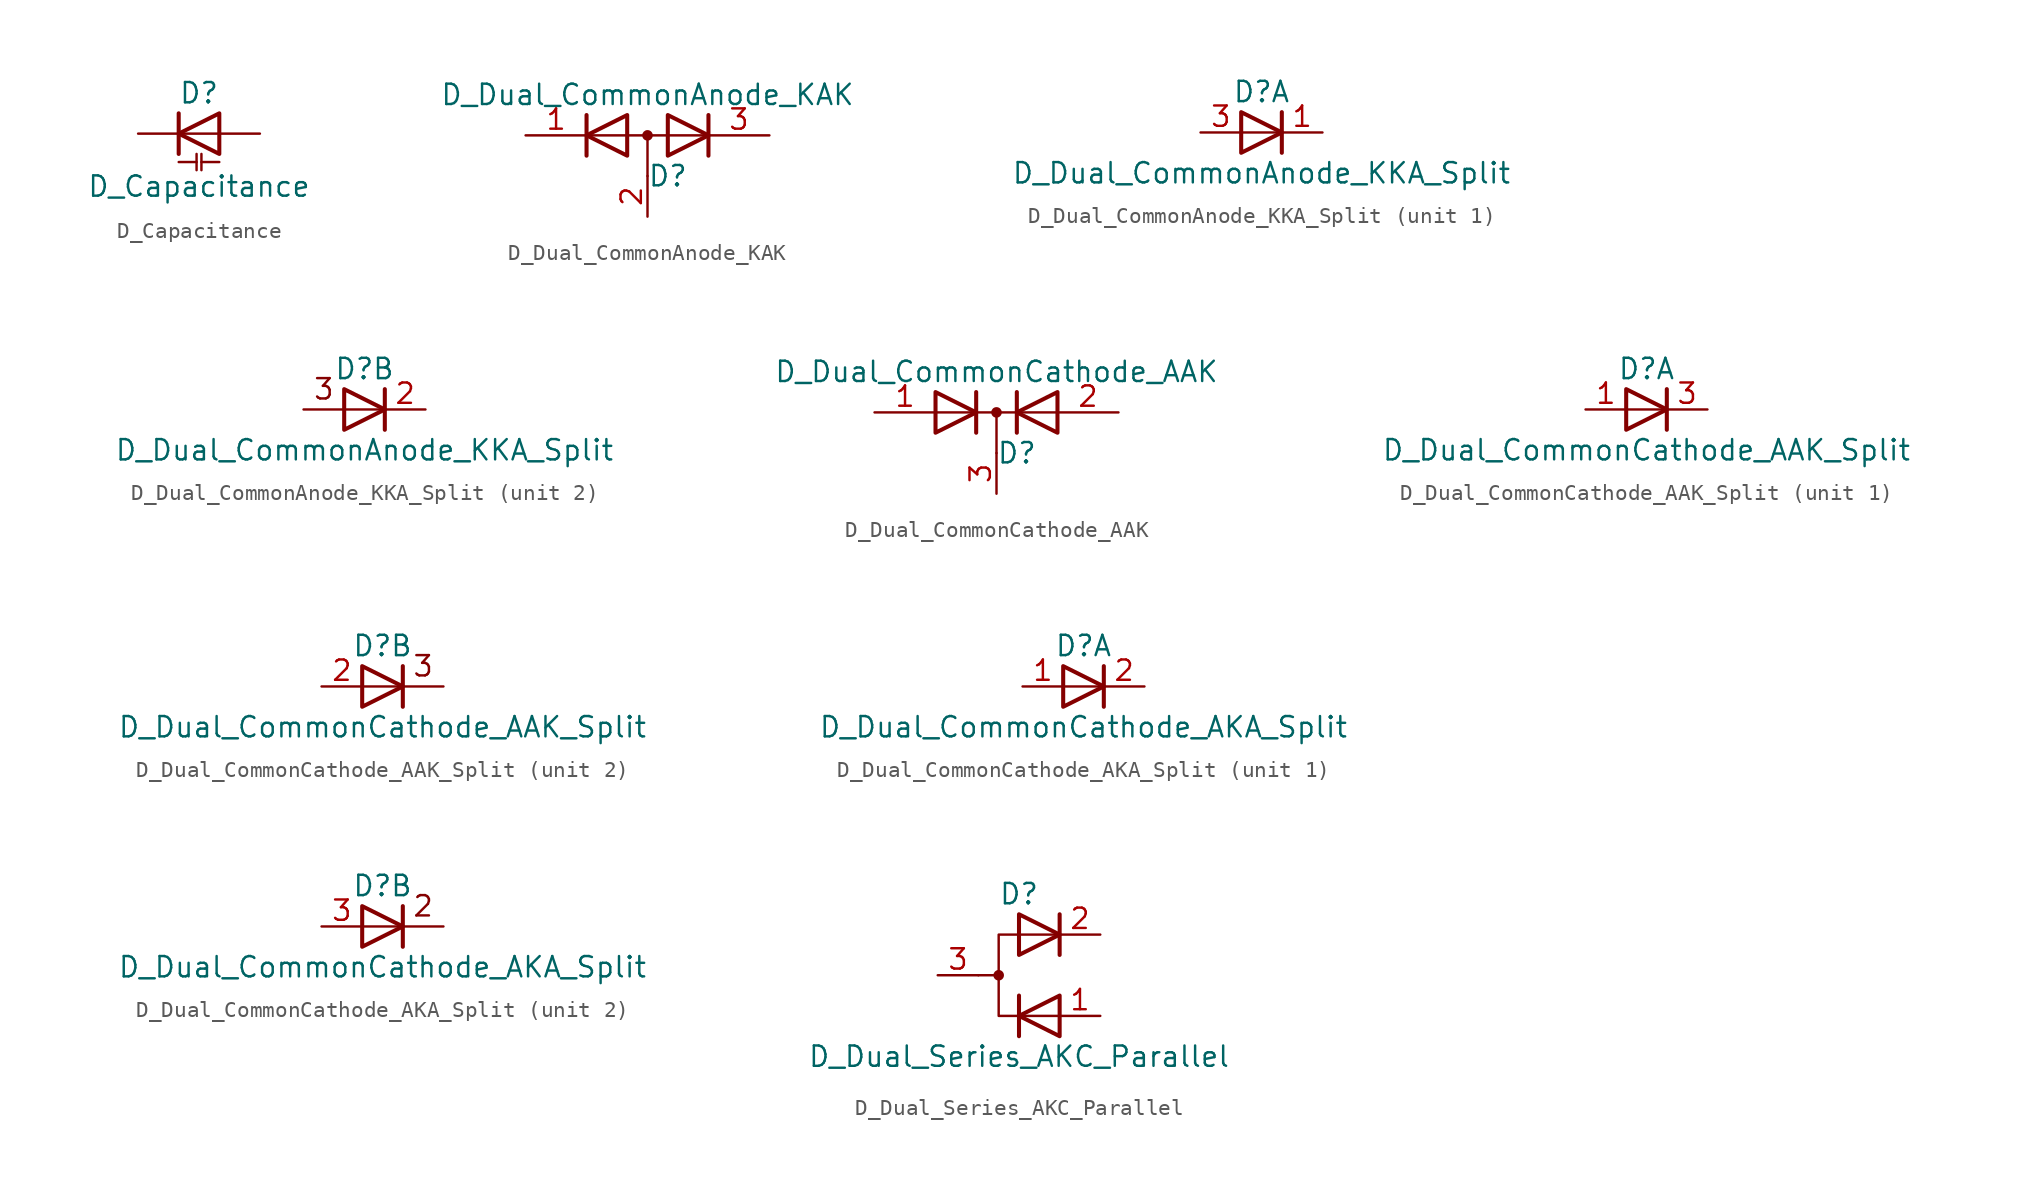
<source format=kicad_sym>
(kicad_symbol_lib
  (version 20211014)
  (generator kicad_symbol_editor)
  (symbol "D_Capacitance"
    (pin_numbers hide)
    (pin_names
      (offset 1.016) hide)
    (property "Reference" "D"
      (at 0 2.54 0)
      (effects (font (size 1.27 1.27))))
    (property "Value" "D_Capacitance"
      (at 0 -3.302 0)
      (effects (font (size 1.27 1.27))))
    (symbol "D_Capacitance_0_1"
      (polyline (pts (xy -1.27 -1.778) (xy -0.152 -1.778)) (stroke (width 0) (type default) (color 0 0 0 0)) (fill (type none)))
      (polyline (pts (xy -1.27 0) (xy 1.27 0)) (stroke (width 0) (type default) (color 0 0 0 0)) (fill (type none)))
      (polyline (pts (xy -1.27 1.27) (xy -1.27 -1.27)) (stroke (width 0.254) (type default) (color 0 0 0 0)) (fill (type none)))
      (polyline (pts (xy -0.152 -1.27) (xy -0.152 -2.286)) (stroke (width 0) (type default) (color 0 0 0 0)) (fill (type none)))
      (polyline (pts (xy 0.152 -1.778) (xy 1.27 -1.778)) (stroke (width 0) (type default) (color 0 0 0 0)) (fill (type none)))
      (polyline (pts (xy 0.152 -1.27) (xy 0.152 -2.286)) (stroke (width 0) (type default) (color 0 0 0 0)) (fill (type none)))
      (polyline (pts (xy 1.27 1.27) (xy 1.27 -1.27) (xy -1.27 0) (xy 1.27 1.27)) (stroke (width 0.254) (type default) (color 0 0 0 0)) (fill (type none))))
    (symbol "D_Capacitance_1_1"
      (pin passive line (at -3.81 0 0) (length 2.54) (name "K" (effects (font (size 1.27 1.27)))) (number "1" (effects (font (size 1.27 1.27)))))
      (pin passive line (at 3.81 0 180) (length 2.54) (name "A" (effects (font (size 1.27 1.27)))) (number "2" (effects (font (size 1.27 1.27)))))))
  (symbol "D_Dual_CommonAnode_KAK"
    (pin_names
      (offset 0.762) hide)
    (property "Reference" "D"
      (at 1.27 -2.54 0)
      (effects (font (size 1.27 1.27))))
    (property "Value" "D_Dual_CommonAnode_KAK"
      (at 0 2.54 0)
      (effects (font (size 1.27 1.27))))
    (symbol "D_Dual_CommonAnode_KAK_0_1"
      (polyline (pts (xy 0 0) (xy 0 -2.54)) (stroke (width 0) (type default) (color 0 0 0 0)) (fill (type none)))
      (polyline (pts (xy 3.81 0) (xy -3.81 0)) (stroke (width 0) (type default) (color 0 0 0 0)) (fill (type none)))
      (polyline (pts (xy -3.81 1.27) (xy -3.81 -1.27) (xy -3.81 -1.27)) (stroke (width 0.254) (type default) (color 0 0 0 0)) (fill (type none)))
      (polyline (pts (xy 3.81 1.27) (xy 3.81 -1.27) (xy 3.81 -1.27)) (stroke (width 0.254) (type default) (color 0 0 0 0)) (fill (type none)))
      (polyline (pts (xy -1.27 -1.27) (xy -3.81 0) (xy -1.27 1.27) (xy -1.27 -1.27) (xy -1.27 -1.27) (xy -1.27 -1.27)) (stroke (width 0.254) (type default) (color 0 0 0 0)) (fill (type none)))
      (polyline (pts (xy 1.27 1.27) (xy 3.81 0) (xy 1.27 -1.27) (xy 1.27 1.27) (xy 1.27 1.27) (xy 1.27 1.27)) (stroke (width 0.254) (type default) (color 0 0 0 0)) (fill (type none)))
      (circle (center 0 0) (radius 0.254) (stroke (width 0) (type default) (color 0 0 0 0)) (fill (type outline)))
      (pin passive line (at -7.62 0 0) (length 3.81) (name "K" (effects (font (size 1.27 1.27)))) (number "1" (effects (font (size 1.27 1.27)))))
      (pin passive line (at 0 -5.08 90) (length 2.54) (name "A" (effects (font (size 1.27 1.27)))) (number "2" (effects (font (size 1.27 1.27)))))
      (pin passive line (at 7.62 0 180) (length 3.81) (name "K" (effects (font (size 1.27 1.27)))) (number "3" (effects (font (size 1.27 1.27)))))))
  (symbol "D_Dual_CommonAnode_KKA_Split"
    (pin_names
      (offset 0.762) hide)
    (property "Reference" "D"
      (at 0 2.54 0)
      (effects (font (size 1.27 1.27))))
    (property "Value" "D_Dual_CommonAnode_KKA_Split"
      (at 0 -2.54 0)
      (effects (font (size 1.27 1.27))))
    (property "ki_locked" ""
      (at 0 0 0)
      (effects (font (size 1.27 1.27))))
    (symbol "D_Dual_CommonAnode_KKA_Split_0_0"
      (polyline (pts (xy 1.27 1.27) (xy 1.27 -1.27)) (stroke (width 0.254) (type default) (color 0 0 0 0)) (fill (type none))))
    (symbol "D_Dual_CommonAnode_KKA_Split_0_1"
      (polyline (pts (xy -1.27 1.27) (xy 1.27 0) (xy -1.27 -1.27) (xy -1.27 1.27) (xy -1.27 1.27) (xy -1.27 1.27)) (stroke (width 0.254) (type default) (color 0 0 0 0)) (fill (type none))))
    (symbol "D_Dual_CommonAnode_KKA_Split_1_1"
      (polyline (pts (xy 1.27 0) (xy -1.27 0)) (stroke (width 0) (type default) (color 0 0 0 0)) (fill (type none)))
      (pin passive line (at 3.81 0 180) (length 2.54) (name "K" (effects (font (size 1.27 1.27)))) (number "1" (effects (font (size 1.27 1.27)))))
      (pin passive line (at -3.81 0 0) (length 2.54) (name "A" (effects (font (size 1.27 1.27)))) (number "3" (effects (font (size 1.27 1.27))))))
    (symbol "D_Dual_CommonAnode_KKA_Split_2_0"
      (polyline (pts (xy 1.27 0) (xy -3.81 0)) (stroke (width 0) (type default) (color 0 0 0 0)) (fill (type none)))
      (text "3" (at -2.54 1.27 0) (effects (font (size 1.27 1.27)))))
    (symbol "D_Dual_CommonAnode_KKA_Split_2_1"
      (pin passive line (at 3.81 0 180) (length 2.54) (name "K" (effects (font (size 1.27 1.27)))) (number "2" (effects (font (size 1.27 1.27)))))))
  (symbol "D_Dual_CommonCathode_AAK"
    (pin_names
      (offset 0.762) hide)
    (property "Reference" "D"
      (at 1.27 -2.54 0)
      (effects (font (size 1.27 1.27))))
    (property "Value" "D_Dual_CommonCathode_AAK"
      (at 0 2.54 0)
      (effects (font (size 1.27 1.27))))
    (symbol "D_Dual_CommonCathode_AAK_0_1"
      (polyline (pts (xy -3.81 0) (xy 3.81 0)) (stroke (width 0) (type default) (color 0 0 0 0)) (fill (type none)))
      (polyline (pts (xy 0 0) (xy 0 -2.54)) (stroke (width 0) (type default) (color 0 0 0 0)) (fill (type none)))
      (polyline (pts (xy -1.27 -1.27) (xy -1.27 1.27) (xy -1.27 1.27)) (stroke (width 0.254) (type default) (color 0 0 0 0)) (fill (type none)))
      (polyline (pts (xy 1.27 -1.27) (xy 1.27 1.27) (xy 1.27 1.27)) (stroke (width 0.254) (type default) (color 0 0 0 0)) (fill (type none)))
      (polyline (pts (xy -3.81 1.27) (xy -1.27 0) (xy -3.81 -1.27) (xy -3.81 1.27) (xy -3.81 1.27) (xy -3.81 1.27)) (stroke (width 0.254) (type default) (color 0 0 0 0)) (fill (type none)))
      (polyline (pts (xy 3.81 -1.27) (xy 1.27 0) (xy 3.81 1.27) (xy 3.81 -1.27) (xy 3.81 -1.27) (xy 3.81 -1.27)) (stroke (width 0.254) (type default) (color 0 0 0 0)) (fill (type none)))
      (circle (center 0 0) (radius 0.254) (stroke (width 0) (type default) (color 0 0 0 0)) (fill (type outline)))
      (pin passive line (at -7.62 0 0) (length 3.81) (name "A" (effects (font (size 1.27 1.27)))) (number "1" (effects (font (size 1.27 1.27)))))
      (pin passive line (at 7.62 0 180) (length 3.81) (name "A" (effects (font (size 1.27 1.27)))) (number "2" (effects (font (size 1.27 1.27)))))
      (pin passive line (at 0 -5.08 90) (length 2.54) (name "K" (effects (font (size 1.27 1.27)))) (number "3" (effects (font (size 1.27 1.27)))))))
  (symbol "D_Dual_CommonCathode_AAK_Split"
    (pin_names
      (offset 0.762) hide)
    (property "Reference" "D"
      (at 0 2.54 0)
      (effects (font (size 1.27 1.27))))
    (property "Value" "D_Dual_CommonCathode_AAK_Split"
      (at 0 -2.54 0)
      (effects (font (size 1.27 1.27))))
    (property "ki_locked" ""
      (at 0 0 0)
      (effects (font (size 1.27 1.27))))
    (symbol "D_Dual_CommonCathode_AAK_Split_0_0"
      (polyline (pts (xy 1.27 1.27) (xy 1.27 -1.27)) (stroke (width 0.254) (type default) (color 0 0 0 0)) (fill (type none))))
    (symbol "D_Dual_CommonCathode_AAK_Split_0_1"
      (polyline (pts (xy -1.27 1.27) (xy 1.27 0) (xy -1.27 -1.27) (xy -1.27 1.27) (xy -1.27 1.27) (xy -1.27 1.27)) (stroke (width 0.254) (type default) (color 0 0 0 0)) (fill (type none))))
    (symbol "D_Dual_CommonCathode_AAK_Split_1_1"
      (polyline (pts (xy 1.27 0) (xy -1.27 0)) (stroke (width 0) (type default) (color 0 0 0 0)) (fill (type none)))
      (pin passive line (at -3.81 0 0) (length 2.54) (name "A" (effects (font (size 1.27 1.27)))) (number "1" (effects (font (size 1.27 1.27)))))
      (pin passive line (at 3.81 0 180) (length 2.54) (name "K" (effects (font (size 1.27 1.27)))) (number "3" (effects (font (size 1.27 1.27))))))
    (symbol "D_Dual_CommonCathode_AAK_Split_2_0"
      (polyline (pts (xy 3.81 0) (xy -1.27 0)) (stroke (width 0) (type default) (color 0 0 0 0)) (fill (type none)))
      (text "3" (at 2.54 1.27 0) (effects (font (size 1.27 1.27)))))
    (symbol "D_Dual_CommonCathode_AAK_Split_2_1"
      (pin passive line (at -3.81 0 0) (length 2.54) (name "K" (effects (font (size 1.27 1.27)))) (number "2" (effects (font (size 1.27 1.27)))))))
  (symbol "D_Dual_CommonCathode_AKA_Split"
    (pin_names
      (offset 0.762) hide)
    (property "Reference" "D"
      (at 0 2.54 0)
      (effects (font (size 1.27 1.27))))
    (property "Value" "D_Dual_CommonCathode_AKA_Split"
      (at 0 -2.54 0)
      (effects (font (size 1.27 1.27))))
    (property "ki_locked" ""
      (at 0 0 0)
      (effects (font (size 1.27 1.27))))
    (symbol "D_Dual_CommonCathode_AKA_Split_0_0"
      (polyline (pts (xy 1.27 1.27) (xy 1.27 -1.27)) (stroke (width 0.254) (type default) (color 0 0 0 0)) (fill (type none))))
    (symbol "D_Dual_CommonCathode_AKA_Split_0_1"
      (polyline (pts (xy -1.27 1.27) (xy 1.27 0) (xy -1.27 -1.27) (xy -1.27 1.27) (xy -1.27 1.27) (xy -1.27 1.27)) (stroke (width 0.254) (type default) (color 0 0 0 0)) (fill (type none))))
    (symbol "D_Dual_CommonCathode_AKA_Split_1_1"
      (polyline (pts (xy 1.27 0) (xy -1.27 0)) (stroke (width 0) (type default) (color 0 0 0 0)) (fill (type none)))
      (pin passive line (at -3.81 0 0) (length 2.54) (name "A" (effects (font (size 1.27 1.27)))) (number "1" (effects (font (size 1.27 1.27)))))
      (pin passive line (at 3.81 0 180) (length 2.54) (name "K" (effects (font (size 1.27 1.27)))) (number "2" (effects (font (size 1.27 1.27))))))
    (symbol "D_Dual_CommonCathode_AKA_Split_2_0"
      (polyline (pts (xy 3.81 0) (xy -1.27 0)) (stroke (width 0) (type default) (color 0 0 0 0)) (fill (type none)))
      (text "2" (at 2.54 1.27 0) (effects (font (size 1.27 1.27)))))
    (symbol "D_Dual_CommonCathode_AKA_Split_2_1"
      (pin passive line (at -3.81 0 0) (length 2.54) (name "K" (effects (font (size 1.27 1.27)))) (number "3" (effects (font (size 1.27 1.27)))))))
  (symbol "D_Dual_Series_AKC_Parallel"
    (pin_names
      (offset 0.762) hide)
    (property "Reference" "D"
      (at 0 5.08 0)
      (effects (font (size 1.27 1.27))))
    (property "Value" "D_Dual_Series_AKC_Parallel"
      (at 0 -5.08 0)
      (effects (font (size 1.27 1.27))))
    (symbol "D_Dual_Series_AKC_Parallel_0_0"
      (polyline (pts (xy 0 -1.27) (xy 0 -3.81)) (stroke (width 0.254) (type default) (color 0 0 0 0)) (fill (type none)))
      (polyline (pts (xy 2.54 3.81) (xy 2.54 1.27)) (stroke (width 0.254) (type default) (color 0 0 0 0)) (fill (type none))))
    (symbol "D_Dual_Series_AKC_Parallel_0_1"
      (circle (center -1.27 0) (radius 0.254) (stroke (width 0) (type default) (color 0 0 0 0)) (fill (type outline)))
      (polyline (pts (xy -1.27 0) (xy -2.54 0)) (stroke (width 0) (type default) (color 0 0 0 0)) (fill (type none)))
      (polyline (pts (xy 2.54 2.54) (xy -1.27 2.54) (xy -1.27 -2.54) (xy 2.54 -2.54)) (stroke (width 0) (type default) (color 0 0 0 0)) (fill (type none)))
      (polyline (pts (xy 0 3.81) (xy 2.54 2.54) (xy 0 1.27) (xy 0 3.81) (xy 0 3.81) (xy 0 3.81)) (stroke (width 0.254) (type default) (color 0 0 0 0)) (fill (type none)))
      (polyline (pts (xy 2.54 -1.27) (xy 0 -2.54) (xy 2.54 -3.81) (xy 2.54 -1.27) (xy 2.54 -1.27) (xy 2.54 -1.27)) (stroke (width 0.254) (type default) (color 0 0 0 0)) (fill (type none)))
      (pin passive line (at 5.08 -2.54 180) (length 2.54) (name "K" (effects (font (size 1.27 1.27)))) (number "1" (effects (font (size 1.27 1.27)))))
      (pin passive line (at 5.08 2.54 180) (length 2.54) (name "K" (effects (font (size 1.27 1.27)))) (number "2" (effects (font (size 1.27 1.27)))))
      (pin passive line (at -5.08 0 0) (length 2.54) (name "A" (effects (font (size 1.27 1.27)))) (number "3" (effects (font (size 1.27 1.27))))))))
</source>
